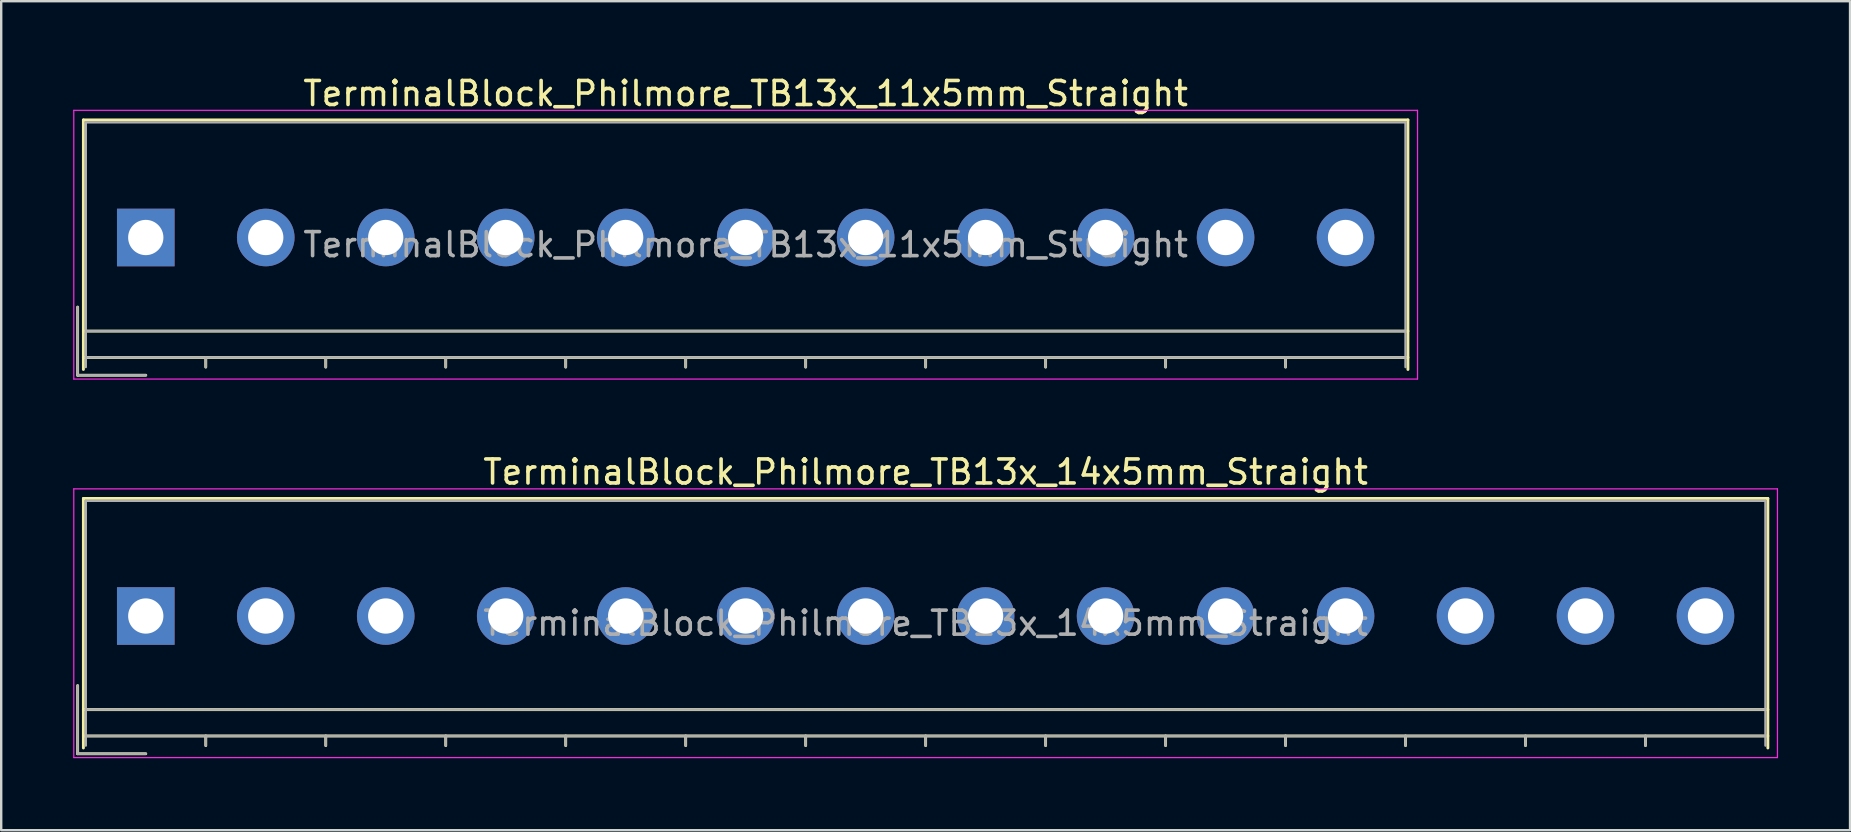
<source format=kicad_pcb>
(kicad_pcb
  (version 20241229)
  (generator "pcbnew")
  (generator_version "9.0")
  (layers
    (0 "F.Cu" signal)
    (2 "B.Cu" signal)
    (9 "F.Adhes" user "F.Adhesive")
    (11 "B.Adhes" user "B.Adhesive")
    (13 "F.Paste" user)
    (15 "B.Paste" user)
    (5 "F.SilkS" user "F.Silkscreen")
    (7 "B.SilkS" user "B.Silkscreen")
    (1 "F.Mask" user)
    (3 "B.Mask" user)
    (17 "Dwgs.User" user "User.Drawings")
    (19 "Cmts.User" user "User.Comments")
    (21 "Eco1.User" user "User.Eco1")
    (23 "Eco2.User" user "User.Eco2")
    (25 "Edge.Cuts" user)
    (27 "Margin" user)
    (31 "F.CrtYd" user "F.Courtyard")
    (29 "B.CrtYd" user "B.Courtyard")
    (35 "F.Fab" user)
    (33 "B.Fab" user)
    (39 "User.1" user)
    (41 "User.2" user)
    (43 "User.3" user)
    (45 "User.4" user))
  (footprint "TerminalBlock_Philmore_TB13x_11x5mm_Straight"
    (layer "F.Cu")
    (at 3.025 6.848)
    (property "Reference" "TerminalBlock_Philmore_TB13x_11x5mm_Straight" (at 25 -6 0) (layer "F.SilkS") (effects (font (size 1 1) (thickness 0.15))))
    (attr through_hole)
    (fp_line (start -2.84 2.9) (end -2.84 5.74) (stroke (width 0.12) (type solid)) (layer "F.SilkS"))
    (fp_line (start -2.84 5.74) (end 0 5.74) (stroke (width 0.12) (type solid)) (layer "F.SilkS"))
    (fp_line (start -2.6 -4.9) (end 52.6 -4.9) (stroke (width 0.12) (type solid)) (layer "F.SilkS"))
    (fp_line (start -2.6 3.9) (end 52.6 3.9) (stroke (width 0.12) (type solid)) (layer "F.SilkS"))
    (fp_line (start -2.6 5) (end 52.6 5) (stroke (width 0.12) (type solid)) (layer "F.SilkS"))
    (fp_line (start -2.6 5.5) (end -2.6 -4.9) (stroke (width 0.12) (type solid)) (layer "F.SilkS"))
    (fp_line (start 2.5 5) (end 2.5 5.4) (stroke (width 0.12) (type solid)) (layer "F.SilkS"))
    (fp_line (start 7.5 5) (end 7.5 5.4) (stroke (width 0.12) (type solid)) (layer "F.SilkS"))
    (fp_line (start 12.5 5) (end 12.5 5.4) (stroke (width 0.12) (type solid)) (layer "F.SilkS"))
    (fp_line (start 17.5 5) (end 17.5 5.4) (stroke (width 0.12) (type solid)) (layer "F.SilkS"))
    (fp_line (start 22.5 5) (end 22.5 5.4) (stroke (width 0.12) (type solid)) (layer "F.SilkS"))
    (fp_line (start 27.5 5) (end 27.5 5.4) (stroke (width 0.12) (type solid)) (layer "F.SilkS"))
    (fp_line (start 32.5 5) (end 32.5 5.4) (stroke (width 0.12) (type solid)) (layer "F.SilkS"))
    (fp_line (start 37.5 5) (end 37.5 5.4) (stroke (width 0.12) (type solid)) (layer "F.SilkS"))
    (fp_line (start 42.5 5) (end 42.5 5.4) (stroke (width 0.12) (type solid)) (layer "F.SilkS"))
    (fp_line (start 47.5 5) (end 47.5 5.4) (stroke (width 0.12) (type solid)) (layer "F.SilkS"))
    (fp_line (start 52.6 -4.9) (end 52.6 5.5) (stroke (width 0.12) (type solid)) (layer "F.SilkS"))
    (fp_line (start -3 -5.3) (end -3 5.9) (stroke (width 0.05) (type solid)) (layer "F.CrtYd"))
    (fp_line (start -3 5.9) (end 53 5.9) (stroke (width 0.05) (type solid)) (layer "F.CrtYd"))
    (fp_line (start 53 -5.3) (end -3 -5.3) (stroke (width 0.05) (type solid)) (layer "F.CrtYd"))
    (fp_line (start 53 5.9) (end 53 -5.3) (stroke (width 0.05) (type solid)) (layer "F.CrtYd"))
    (fp_line (start -2.84 2.9) (end -2.84 5.74) (stroke (width 0.1) (type solid)) (layer "F.Fab"))
    (fp_line (start -2.84 5.74) (end 0 5.74) (stroke (width 0.1) (type solid)) (layer "F.Fab"))
    (fp_line (start -2.5 -4.8) (end 52.5 -4.8) (stroke (width 0.1) (type solid)) (layer "F.Fab"))
    (fp_line (start -2.5 3.9) (end 52.5 3.9) (stroke (width 0.1) (type solid)) (layer "F.Fab"))
    (fp_line (start -2.5 5) (end 52.5 5) (stroke (width 0.1) (type solid)) (layer "F.Fab"))
    (fp_line (start -2.5 5.4) (end -2.5 -4.8) (stroke (width 0.1) (type solid)) (layer "F.Fab"))
    (fp_line (start 2.5 5) (end 2.5 5.4) (stroke (width 0.1) (type solid)) (layer "F.Fab"))
    (fp_line (start 7.5 5) (end 7.5 5.4) (stroke (width 0.1) (type solid)) (layer "F.Fab"))
    (fp_line (start 12.5 5) (end 12.5 5.4) (stroke (width 0.1) (type solid)) (layer "F.Fab"))
    (fp_line (start 17.5 5) (end 17.5 5.4) (stroke (width 0.1) (type solid)) (layer "F.Fab"))
    (fp_line (start 22.5 5) (end 22.5 5.4) (stroke (width 0.1) (type solid)) (layer "F.Fab"))
    (fp_line (start 27.5 5) (end 27.5 5.4) (stroke (width 0.1) (type solid)) (layer "F.Fab"))
    (fp_line (start 32.5 5) (end 32.5 5.4) (stroke (width 0.1) (type solid)) (layer "F.Fab"))
    (fp_line (start 37.5 5) (end 37.5 5.4) (stroke (width 0.1) (type solid)) (layer "F.Fab"))
    (fp_line (start 42.5 5) (end 42.5 5.4) (stroke (width 0.1) (type solid)) (layer "F.Fab"))
    (fp_line (start 47.5 5) (end 47.5 5.4) (stroke (width 0.1) (type solid)) (layer "F.Fab"))
    (fp_line (start 52.5 -4.8) (end 52.5 5.4) (stroke (width 0.1) (type solid)) (layer "F.Fab"))
    (fp_text user "${REFERENCE}" (at 25 0.3 0) (layer "F.Fab") (effects (font (size 1 1) (thickness 0.15))))
    (pad "1" thru_hole rect (at 0 0) (size 2.4 2.4) (drill 1.47) (layers "*.Cu" "*.Mask"))
    (pad "2" thru_hole circle (at 5 0) (size 2.4 2.4) (drill 1.47) (layers "*.Cu" "*.Mask"))
    (pad "3" thru_hole circle (at 10 0) (size 2.4 2.4) (drill 1.47) (layers "*.Cu" "*.Mask"))
    (pad "4" thru_hole circle (at 15 0) (size 2.4 2.4) (drill 1.47) (layers "*.Cu" "*.Mask"))
    (pad "5" thru_hole circle (at 20 0) (size 2.4 2.4) (drill 1.47) (layers "*.Cu" "*.Mask"))
    (pad "6" thru_hole circle (at 25 0) (size 2.4 2.4) (drill 1.47) (layers "*.Cu" "*.Mask"))
    (pad "7" thru_hole circle (at 30 0) (size 2.4 2.4) (drill 1.47) (layers "*.Cu" "*.Mask"))
    (pad "8" thru_hole circle (at 35 0) (size 2.4 2.4) (drill 1.47) (layers "*.Cu" "*.Mask"))
    (pad "9" thru_hole circle (at 40 0) (size 2.4 2.4) (drill 1.47) (layers "*.Cu" "*.Mask"))
    (pad "10" thru_hole circle (at 45 0) (size 2.4 2.4) (drill 1.47) (layers "*.Cu" "*.Mask"))
    (pad "11" thru_hole circle (at 50 0) (size 2.4 2.4) (drill 1.47) (layers "*.Cu" "*.Mask")))
  (footprint "TerminalBlock_Philmore_TB13x_14x5mm_Straight"
    (layer "F.Cu")
    (at 3.025 22.622)
    (property "Reference" "TerminalBlock_Philmore_TB13x_14x5mm_Straight" (at 32.5 -6 0) (layer "F.SilkS") (effects (font (size 1 1) (thickness 0.15))))
    (attr through_hole)
    (fp_line (start -2.84 2.9) (end -2.84 5.74) (stroke (width 0.12) (type solid)) (layer "F.SilkS"))
    (fp_line (start -2.84 5.74) (end 0 5.74) (stroke (width 0.12) (type solid)) (layer "F.SilkS"))
    (fp_line (start -2.6 -4.9) (end 67.6 -4.9) (stroke (width 0.12) (type solid)) (layer "F.SilkS"))
    (fp_line (start -2.6 3.9) (end 67.6 3.9) (stroke (width 0.12) (type solid)) (layer "F.SilkS"))
    (fp_line (start -2.6 5) (end 67.6 5) (stroke (width 0.12) (type solid)) (layer "F.SilkS"))
    (fp_line (start -2.6 5.5) (end -2.6 -4.9) (stroke (width 0.12) (type solid)) (layer "F.SilkS"))
    (fp_line (start 2.5 5) (end 2.5 5.4) (stroke (width 0.12) (type solid)) (layer "F.SilkS"))
    (fp_line (start 7.5 5) (end 7.5 5.4) (stroke (width 0.12) (type solid)) (layer "F.SilkS"))
    (fp_line (start 12.5 5) (end 12.5 5.4) (stroke (width 0.12) (type solid)) (layer "F.SilkS"))
    (fp_line (start 17.5 5) (end 17.5 5.4) (stroke (width 0.12) (type solid)) (layer "F.SilkS"))
    (fp_line (start 22.5 5) (end 22.5 5.4) (stroke (width 0.12) (type solid)) (layer "F.SilkS"))
    (fp_line (start 27.5 5) (end 27.5 5.4) (stroke (width 0.12) (type solid)) (layer "F.SilkS"))
    (fp_line (start 32.5 5) (end 32.5 5.4) (stroke (width 0.12) (type solid)) (layer "F.SilkS"))
    (fp_line (start 37.5 5) (end 37.5 5.4) (stroke (width 0.12) (type solid)) (layer "F.SilkS"))
    (fp_line (start 42.5 5) (end 42.5 5.4) (stroke (width 0.12) (type solid)) (layer "F.SilkS"))
    (fp_line (start 47.5 5) (end 47.5 5.4) (stroke (width 0.12) (type solid)) (layer "F.SilkS"))
    (fp_line (start 52.5 5) (end 52.5 5.4) (stroke (width 0.12) (type solid)) (layer "F.SilkS"))
    (fp_line (start 57.5 5) (end 57.5 5.4) (stroke (width 0.12) (type solid)) (layer "F.SilkS"))
    (fp_line (start 62.5 5) (end 62.5 5.4) (stroke (width 0.12) (type solid)) (layer "F.SilkS"))
    (fp_line (start 67.6 -4.9) (end 67.6 5.5) (stroke (width 0.12) (type solid)) (layer "F.SilkS"))
    (fp_line (start -3 -5.3) (end -3 5.9) (stroke (width 0.05) (type solid)) (layer "F.CrtYd"))
    (fp_line (start -3 5.9) (end 68 5.9) (stroke (width 0.05) (type solid)) (layer "F.CrtYd"))
    (fp_line (start 68 -5.3) (end -3 -5.3) (stroke (width 0.05) (type solid)) (layer "F.CrtYd"))
    (fp_line (start 68 5.9) (end 68 -5.3) (stroke (width 0.05) (type solid)) (layer "F.CrtYd"))
    (fp_line (start -2.84 2.9) (end -2.84 5.74) (stroke (width 0.1) (type solid)) (layer "F.Fab"))
    (fp_line (start -2.84 5.74) (end 0 5.74) (stroke (width 0.1) (type solid)) (layer "F.Fab"))
    (fp_line (start -2.5 -4.8) (end 67.5 -4.8) (stroke (width 0.1) (type solid)) (layer "F.Fab"))
    (fp_line (start -2.5 3.9) (end 67.5 3.9) (stroke (width 0.1) (type solid)) (layer "F.Fab"))
    (fp_line (start -2.5 5) (end 67.5 5) (stroke (width 0.1) (type solid)) (layer "F.Fab"))
    (fp_line (start -2.5 5.4) (end -2.5 -4.8) (stroke (width 0.1) (type solid)) (layer "F.Fab"))
    (fp_line (start 2.5 5) (end 2.5 5.4) (stroke (width 0.1) (type solid)) (layer "F.Fab"))
    (fp_line (start 7.5 5) (end 7.5 5.4) (stroke (width 0.1) (type solid)) (layer "F.Fab"))
    (fp_line (start 12.5 5) (end 12.5 5.4) (stroke (width 0.1) (type solid)) (layer "F.Fab"))
    (fp_line (start 17.5 5) (end 17.5 5.4) (stroke (width 0.1) (type solid)) (layer "F.Fab"))
    (fp_line (start 22.5 5) (end 22.5 5.4) (stroke (width 0.1) (type solid)) (layer "F.Fab"))
    (fp_line (start 27.5 5) (end 27.5 5.4) (stroke (width 0.1) (type solid)) (layer "F.Fab"))
    (fp_line (start 32.5 5) (end 32.5 5.4) (stroke (width 0.1) (type solid)) (layer "F.Fab"))
    (fp_line (start 37.5 5) (end 37.5 5.4) (stroke (width 0.1) (type solid)) (layer "F.Fab"))
    (fp_line (start 42.5 5) (end 42.5 5.4) (stroke (width 0.1) (type solid)) (layer "F.Fab"))
    (fp_line (start 47.5 5) (end 47.5 5.4) (stroke (width 0.1) (type solid)) (layer "F.Fab"))
    (fp_line (start 52.5 5) (end 52.5 5.4) (stroke (width 0.1) (type solid)) (layer "F.Fab"))
    (fp_line (start 57.5 5) (end 57.5 5.4) (stroke (width 0.1) (type solid)) (layer "F.Fab"))
    (fp_line (start 62.5 5) (end 62.5 5.4) (stroke (width 0.1) (type solid)) (layer "F.Fab"))
    (fp_line (start 67.5 -4.8) (end 67.5 5.4) (stroke (width 0.1) (type solid)) (layer "F.Fab"))
    (fp_text user "${REFERENCE}" (at 32.5 0.3 0) (layer "F.Fab") (effects (font (size 1 1) (thickness 0.15))))
    (pad "1" thru_hole rect (at 0 0) (size 2.4 2.4) (drill 1.47) (layers "*.Cu" "*.Mask"))
    (pad "2" thru_hole circle (at 5 0) (size 2.4 2.4) (drill 1.47) (layers "*.Cu" "*.Mask"))
    (pad "3" thru_hole circle (at 10 0) (size 2.4 2.4) (drill 1.47) (layers "*.Cu" "*.Mask"))
    (pad "4" thru_hole circle (at 15 0) (size 2.4 2.4) (drill 1.47) (layers "*.Cu" "*.Mask"))
    (pad "5" thru_hole circle (at 20 0) (size 2.4 2.4) (drill 1.47) (layers "*.Cu" "*.Mask"))
    (pad "6" thru_hole circle (at 25 0) (size 2.4 2.4) (drill 1.47) (layers "*.Cu" "*.Mask"))
    (pad "7" thru_hole circle (at 30 0) (size 2.4 2.4) (drill 1.47) (layers "*.Cu" "*.Mask"))
    (pad "8" thru_hole circle (at 35 0) (size 2.4 2.4) (drill 1.47) (layers "*.Cu" "*.Mask"))
    (pad "9" thru_hole circle (at 40 0) (size 2.4 2.4) (drill 1.47) (layers "*.Cu" "*.Mask"))
    (pad "10" thru_hole circle (at 45 0) (size 2.4 2.4) (drill 1.47) (layers "*.Cu" "*.Mask"))
    (pad "11" thru_hole circle (at 50 0) (size 2.4 2.4) (drill 1.47) (layers "*.Cu" "*.Mask"))
    (pad "12" thru_hole circle (at 55 0) (size 2.4 2.4) (drill 1.47) (layers "*.Cu" "*.Mask"))
    (pad "13" thru_hole circle (at 60 0) (size 2.4 2.4) (drill 1.47) (layers "*.Cu" "*.Mask"))
    (pad "14" thru_hole circle (at 65 0) (size 2.4 2.4) (drill 1.47) (layers "*.Cu" "*.Mask")))
  (gr_rect
    (start -3 -3)
    (end 74.05 31.547)
    (stroke (width 0.1) (type default))
    (fill no)
    (layer "Edge.Cuts")))
</source>
